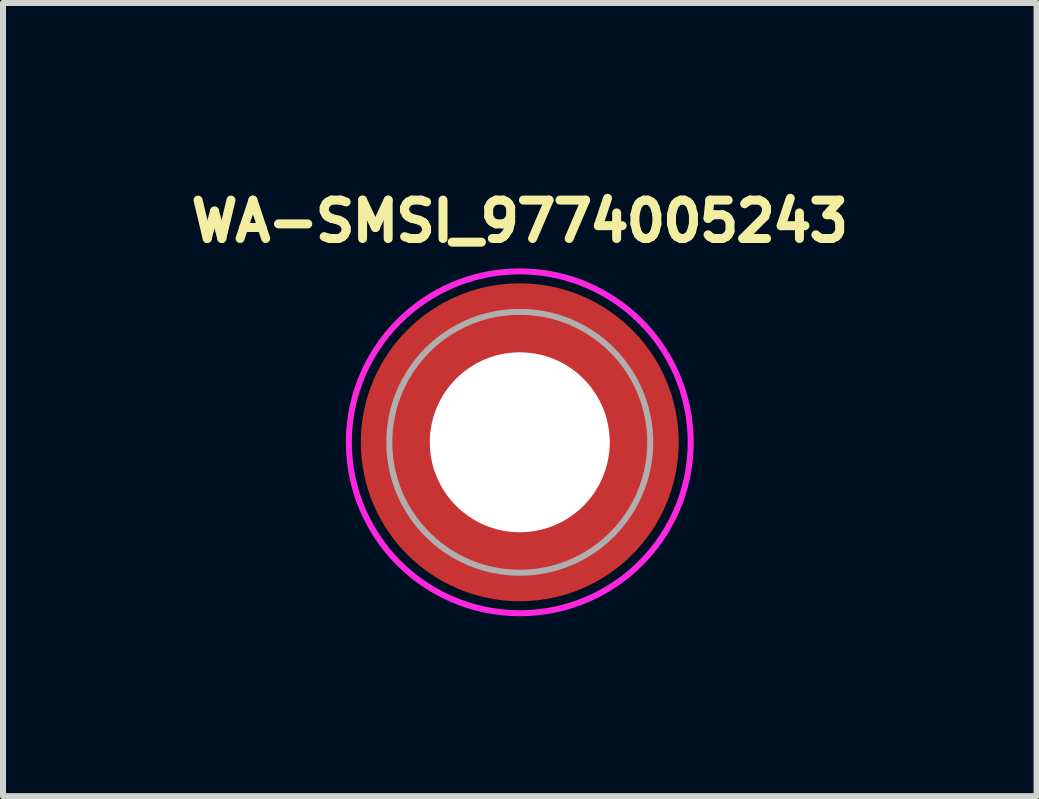
<source format=kicad_pcb>
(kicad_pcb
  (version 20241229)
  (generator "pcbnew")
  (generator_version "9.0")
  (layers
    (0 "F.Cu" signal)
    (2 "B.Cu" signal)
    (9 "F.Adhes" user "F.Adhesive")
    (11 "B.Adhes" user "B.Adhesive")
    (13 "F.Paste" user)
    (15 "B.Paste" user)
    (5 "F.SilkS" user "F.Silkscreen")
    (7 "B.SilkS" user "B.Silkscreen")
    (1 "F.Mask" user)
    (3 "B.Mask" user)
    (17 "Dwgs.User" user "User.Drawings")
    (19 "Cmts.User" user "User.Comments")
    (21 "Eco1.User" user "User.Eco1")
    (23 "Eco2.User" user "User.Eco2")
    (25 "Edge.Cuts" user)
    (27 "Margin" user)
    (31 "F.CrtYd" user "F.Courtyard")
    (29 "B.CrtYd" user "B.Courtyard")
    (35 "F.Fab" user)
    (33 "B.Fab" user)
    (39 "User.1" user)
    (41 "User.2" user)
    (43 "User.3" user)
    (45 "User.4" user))
  (footprint "WA-SMSI_9774005243"
    (layer "F.Cu")
    (at 5.616 4.324)
    (property "Reference" "WA-SMSI_9774005243" (at 0 -3.686 0) (layer "F.SilkS") (effects (font (size 0.64 0.64) (thickness 0.15))))
    (attr smd)
    (fp_poly (pts (xy -2.54 0.3) (xy -1.52 0.3) (xy -1.51 0.355) (xy -1.49 0.43) (xy -1.46 0.525) (xy -1.42 0.625) (xy -1.355 0.755) (xy -1.31 0.83) (xy -1.255 0.91) (xy -1.205 0.975) (xy -1.145 1.045) (xy -1.11 1.08) (xy -1.07 1.12) (xy -1.025 1.165) (xy -0.97 1.21) (xy -0.89 1.27) (xy -0.815 1.32) (xy -0.745 1.36) (xy -0.645 1.41) (xy -0.575 1.44) (xy -0.51 1.465) (xy -0.43 1.49) (xy -0.355 1.51) (xy -0.3 1.52) (xy -0.3 2.54) (xy -0.36 2.535) (xy -0.425 2.525) (xy -0.51 2.51) (xy -0.6 2.49) (xy -0.675 2.47) (xy -0.75 2.45) (xy -0.825 2.425) (xy -0.895 2.4) (xy -0.97 2.37) (xy -1.04 2.34) (xy -1.115 2.305) (xy -1.165 2.28) (xy -1.25 2.235) (xy -1.32 2.195) (xy -1.39 2.15) (xy -1.465 2.1) (xy -1.56 2.03) (xy -1.655 1.955) (xy -1.715 1.9) (xy -1.785 1.835) (xy -1.845 1.775) (xy -1.905 1.71) (xy -1.955 1.655) (xy -2.01 1.585) (xy -2.06 1.52) (xy -2.11 1.45) (xy -2.16 1.375) (xy -2.2 1.31) (xy -2.245 1.23) (xy -2.285 1.155) (xy -2.325 1.075) (xy -2.36 0.995) (xy -2.39 0.92) (xy -2.415 0.855) (xy -2.445 0.76) (xy -2.475 0.66) (xy -2.5 0.56) (xy -2.515 0.485) (xy -2.525 0.425) (xy -2.535 0.36)) (stroke (width 0.01) (type solid)) (fill yes) (layer "F.Paste"))
    (fp_poly (pts (xy -0.3 -2.54) (xy -0.3 -1.52) (xy -0.355 -1.51) (xy -0.43 -1.49) (xy -0.525 -1.46) (xy -0.625 -1.42) (xy -0.755 -1.355) (xy -0.83 -1.31) (xy -0.91 -1.255) (xy -0.975 -1.205) (xy -1.045 -1.145) (xy -1.08 -1.11) (xy -1.12 -1.07) (xy -1.165 -1.025) (xy -1.21 -0.97) (xy -1.27 -0.89) (xy -1.32 -0.815) (xy -1.36 -0.745) (xy -1.41 -0.645) (xy -1.44 -0.575) (xy -1.465 -0.51) (xy -1.49 -0.43) (xy -1.51 -0.355) (xy -1.52 -0.3) (xy -2.54 -0.3) (xy -2.535 -0.36) (xy -2.525 -0.425) (xy -2.51 -0.51) (xy -2.49 -0.6) (xy -2.47 -0.675) (xy -2.45 -0.75) (xy -2.425 -0.825) (xy -2.4 -0.895) (xy -2.37 -0.97) (xy -2.34 -1.04) (xy -2.305 -1.115) (xy -2.28 -1.165) (xy -2.235 -1.25) (xy -2.195 -1.32) (xy -2.15 -1.39) (xy -2.1 -1.465) (xy -2.03 -1.56) (xy -1.955 -1.655) (xy -1.9 -1.715) (xy -1.835 -1.785) (xy -1.775 -1.845) (xy -1.71 -1.905) (xy -1.655 -1.955) (xy -1.585 -2.01) (xy -1.52 -2.06) (xy -1.45 -2.11) (xy -1.375 -2.16) (xy -1.31 -2.2) (xy -1.23 -2.245) (xy -1.155 -2.285) (xy -1.075 -2.325) (xy -0.995 -2.36) (xy -0.92 -2.39) (xy -0.855 -2.415) (xy -0.76 -2.445) (xy -0.66 -2.475) (xy -0.56 -2.5) (xy -0.485 -2.515) (xy -0.425 -2.525) (xy -0.36 -2.535)) (stroke (width 0.01) (type solid)) (fill yes) (layer "F.Paste"))
    (fp_poly (pts (xy 0.3 2.54) (xy 0.3 1.52) (xy 0.355 1.51) (xy 0.43 1.49) (xy 0.525 1.46) (xy 0.625 1.42) (xy 0.755 1.355) (xy 0.83 1.31) (xy 0.91 1.255) (xy 0.975 1.205) (xy 1.045 1.145) (xy 1.08 1.11) (xy 1.12 1.07) (xy 1.165 1.025) (xy 1.21 0.97) (xy 1.27 0.89) (xy 1.32 0.815) (xy 1.36 0.745) (xy 1.41 0.645) (xy 1.44 0.575) (xy 1.465 0.51) (xy 1.49 0.43) (xy 1.51 0.355) (xy 1.52 0.3) (xy 2.54 0.3) (xy 2.535 0.36) (xy 2.525 0.425) (xy 2.51 0.51) (xy 2.49 0.6) (xy 2.47 0.675) (xy 2.45 0.75) (xy 2.425 0.825) (xy 2.4 0.895) (xy 2.37 0.97) (xy 2.34 1.04) (xy 2.305 1.115) (xy 2.28 1.165) (xy 2.235 1.25) (xy 2.195 1.32) (xy 2.15 1.39) (xy 2.1 1.465) (xy 2.03 1.56) (xy 1.955 1.655) (xy 1.9 1.715) (xy 1.835 1.785) (xy 1.775 1.845) (xy 1.71 1.905) (xy 1.655 1.955) (xy 1.585 2.01) (xy 1.52 2.06) (xy 1.45 2.11) (xy 1.375 2.16) (xy 1.31 2.2) (xy 1.23 2.245) (xy 1.155 2.285) (xy 1.075 2.325) (xy 0.995 2.36) (xy 0.92 2.39) (xy 0.855 2.415) (xy 0.76 2.445) (xy 0.66 2.475) (xy 0.56 2.5) (xy 0.485 2.515) (xy 0.425 2.525) (xy 0.36 2.535)) (stroke (width 0.01) (type solid)) (fill yes) (layer "F.Paste"))
    (fp_poly (pts (xy 2.54 -0.3) (xy 1.52 -0.3) (xy 1.51 -0.355) (xy 1.49 -0.43) (xy 1.46 -0.525) (xy 1.42 -0.625) (xy 1.355 -0.755) (xy 1.31 -0.83) (xy 1.255 -0.91) (xy 1.205 -0.975) (xy 1.145 -1.045) (xy 1.11 -1.08) (xy 1.07 -1.12) (xy 1.025 -1.165) (xy 0.97 -1.21) (xy 0.89 -1.27) (xy 0.815 -1.32) (xy 0.745 -1.36) (xy 0.645 -1.41) (xy 0.575 -1.44) (xy 0.51 -1.465) (xy 0.43 -1.49) (xy 0.355 -1.51) (xy 0.3 -1.52) (xy 0.3 -2.54) (xy 0.36 -2.535) (xy 0.425 -2.525) (xy 0.51 -2.51) (xy 0.6 -2.49) (xy 0.675 -2.47) (xy 0.75 -2.45) (xy 0.825 -2.425) (xy 0.895 -2.4) (xy 0.97 -2.37) (xy 1.04 -2.34) (xy 1.115 -2.305) (xy 1.165 -2.28) (xy 1.25 -2.235) (xy 1.32 -2.195) (xy 1.39 -2.15) (xy 1.465 -2.1) (xy 1.56 -2.03) (xy 1.655 -1.955) (xy 1.715 -1.9) (xy 1.785 -1.835) (xy 1.845 -1.775) (xy 1.905 -1.71) (xy 1.955 -1.655) (xy 2.01 -1.585) (xy 2.06 -1.52) (xy 2.11 -1.45) (xy 2.16 -1.375) (xy 2.2 -1.31) (xy 2.245 -1.23) (xy 2.285 -1.155) (xy 2.325 -1.075) (xy 2.36 -0.995) (xy 2.39 -0.92) (xy 2.415 -0.855) (xy 2.445 -0.76) (xy 2.475 -0.66) (xy 2.5 -0.56) (xy 2.515 -0.485) (xy 2.525 -0.425) (xy 2.535 -0.36)) (stroke (width 0.01) (type solid)) (fill yes) (layer "F.Paste"))
    (fp_poly (pts (xy 0 -2.85) (xy 0.149 -2.846) (xy 0.298 -2.834) (xy 0.446 -2.815) (xy 0.593 -2.788) (xy 0.738 -2.753) (xy 0.881 -2.711) (xy 1.021 -2.661) (xy 1.159 -2.604) (xy 1.294 -2.539) (xy 1.425 -2.468) (xy 1.552 -2.39) (xy 1.675 -2.306) (xy 1.794 -2.215) (xy 1.907 -2.118) (xy 2.015 -2.015) (xy 2.118 -1.907) (xy 2.215 -1.794) (xy 2.306 -1.675) (xy 2.39 -1.552) (xy 2.468 -1.425) (xy 2.539 -1.294) (xy 2.604 -1.159) (xy 2.661 -1.021) (xy 2.711 -0.881) (xy 2.753 -0.738) (xy 2.788 -0.593) (xy 2.815 -0.446) (xy 2.834 -0.298) (xy 2.846 -0.149) (xy 2.85 0) (xy 2.846 0.149) (xy 2.834 0.298) (xy 2.815 0.446) (xy 2.788 0.593) (xy 2.753 0.738) (xy 2.711 0.881) (xy 2.661 1.021) (xy 2.604 1.159) (xy 2.539 1.294) (xy 2.468 1.425) (xy 2.39 1.552) (xy 2.306 1.675) (xy 2.215 1.794) (xy 2.118 1.907) (xy 2.015 2.015) (xy 1.907 2.118) (xy 1.794 2.215) (xy 1.675 2.306) (xy 1.552 2.39) (xy 1.425 2.468) (xy 1.294 2.539) (xy 1.159 2.604) (xy 1.021 2.661) (xy 0.881 2.711) (xy 0.738 2.753) (xy 0.593 2.788) (xy 0.446 2.815) (xy 0.298 2.834) (xy 0.149 2.846) (xy 0 2.85) (xy -0.149 2.846) (xy -0.298 2.834) (xy -0.446 2.815) (xy -0.593 2.788) (xy -0.738 2.753) (xy -0.881 2.711) (xy -1.021 2.661) (xy -1.159 2.604) (xy -1.294 2.539) (xy -1.425 2.468) (xy -1.552 2.39) (xy -1.675 2.306) (xy -1.794 2.215) (xy -1.907 2.118) (xy -2.015 2.015) (xy -2.118 1.907) (xy -2.215 1.794) (xy -2.306 1.675) (xy -2.39 1.552) (xy -2.468 1.425) (xy -2.539 1.294) (xy -2.604 1.159) (xy -2.661 1.021) (xy -2.711 0.881) (xy -2.753 0.738) (xy -2.788 0.593) (xy -2.815 0.446) (xy -2.834 0.298) (xy -2.846 0.149) (xy -2.85 0) (xy -2.846 -0.149) (xy -2.834 -0.298) (xy -2.815 -0.446) (xy -2.788 -0.593) (xy -2.753 -0.738) (xy -2.711 -0.881) (xy -2.661 -1.021) (xy -2.604 -1.159) (xy -2.539 -1.294) (xy -2.468 -1.425) (xy -2.39 -1.552) (xy -2.306 -1.675) (xy -2.215 -1.794) (xy -2.118 -1.907) (xy -2.015 -2.015) (xy -1.907 -2.118) (xy -1.794 -2.215) (xy -1.675 -2.306) (xy -1.552 -2.39) (xy -1.425 -2.468) (xy -1.294 -2.539) (xy -1.159 -2.604) (xy -1.021 -2.661) (xy -0.881 -2.711) (xy -0.738 -2.753) (xy -0.593 -2.788) (xy -0.446 -2.815) (xy -0.298 -2.834) (xy -0.149 -2.846) (xy 0 -2.85)) (stroke (width 0.1) (type solid)) (fill no) (layer "F.CrtYd"))
    (fp_circle (center 0 0) (end 2.175 0) (stroke (width 0.1) (type solid)) (fill no) (layer "F.Fab"))
    (pad "" np_thru_hole circle (at 0 0) (size 3 3) (drill 3) (layers "*.Cu" "*.Mask"))
    (pad "1" smd circle (at 0 0) (size 5.3 5.3) (layers "F.Cu" "F.Mask")))
  (gr_rect
    (start -3 -3)
    (end 14.232 10.224)
    (stroke (width 0.1) (type default))
    (fill no)
    (layer "Edge.Cuts")))
</source>
